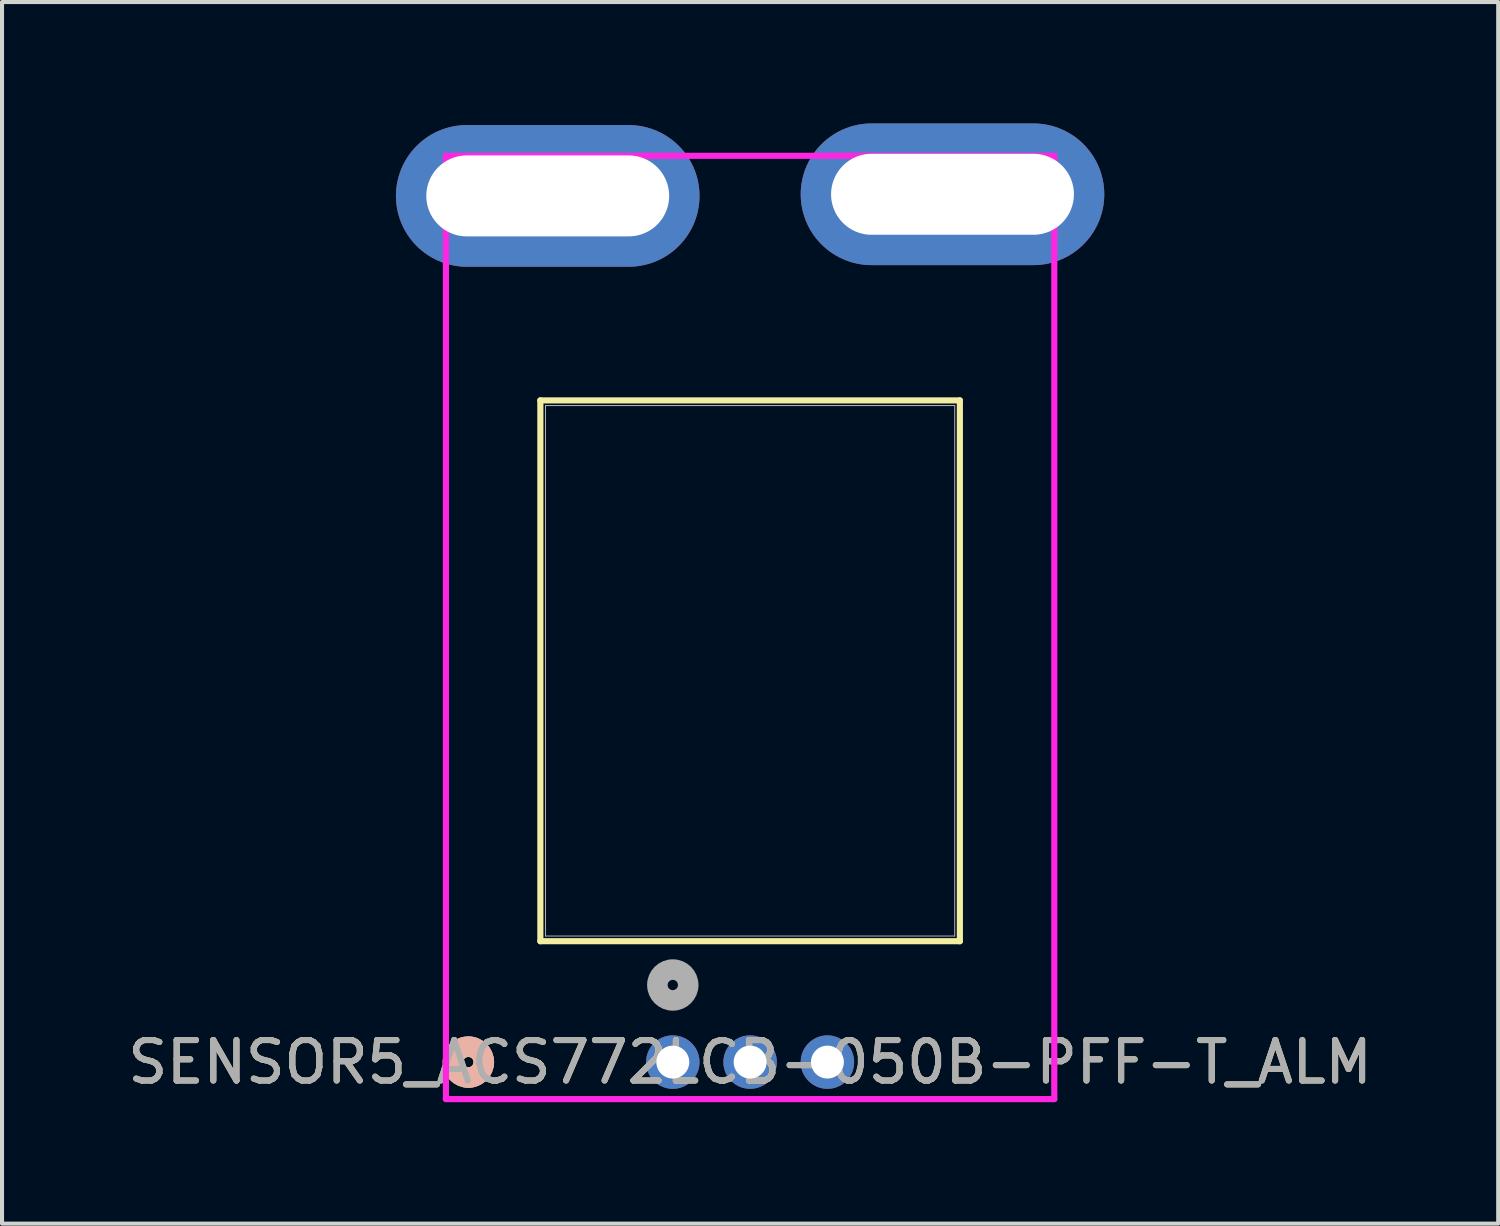
<source format=kicad_pcb>
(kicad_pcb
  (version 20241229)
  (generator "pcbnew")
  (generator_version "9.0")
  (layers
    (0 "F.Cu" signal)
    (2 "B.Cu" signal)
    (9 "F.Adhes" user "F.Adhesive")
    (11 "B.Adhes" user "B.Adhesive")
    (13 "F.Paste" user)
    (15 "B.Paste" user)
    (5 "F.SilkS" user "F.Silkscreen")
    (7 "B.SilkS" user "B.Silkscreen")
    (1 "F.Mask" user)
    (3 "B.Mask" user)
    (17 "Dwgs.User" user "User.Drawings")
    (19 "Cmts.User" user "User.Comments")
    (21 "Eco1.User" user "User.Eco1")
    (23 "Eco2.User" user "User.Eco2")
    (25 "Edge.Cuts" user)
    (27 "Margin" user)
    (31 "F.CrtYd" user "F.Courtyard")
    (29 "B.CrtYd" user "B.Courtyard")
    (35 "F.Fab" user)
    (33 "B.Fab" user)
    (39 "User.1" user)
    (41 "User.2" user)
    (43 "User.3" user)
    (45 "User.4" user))
  (footprint "SENSOR5_ACS772LCB-050B-PFF-T_ALM"
    (layer "F.Cu")
    (at 13.572 23.19)
    (property "Reference" "SENSOR5_ACS772LCB-050B-PFF-T_ALM" (at 1.91 0 0) (unlocked yes) (layer "F.SilkS") (effects (font (size 1 1) (thickness 0.15))))
    (attr through_hole)
    (fp_line (start -3.272 -16.348) (end -3.272 -2.987) (stroke (width 0.152) (type solid)) (layer "F.SilkS"))
    (fp_line (start -3.272 -2.987) (end 7.092 -2.987) (stroke (width 0.152) (type solid)) (layer "F.SilkS"))
    (fp_line (start 7.092 -16.348) (end -3.272 -16.348) (stroke (width 0.152) (type solid)) (layer "F.SilkS"))
    (fp_line (start 7.092 -2.987) (end 7.092 -16.348) (stroke (width 0.152) (type solid)) (layer "F.SilkS"))
    (fp_circle (center -5.05 0) (end -4.669 0) (stroke (width 0.508) (type solid)) (fill no) (layer "F.SilkS"))
    (fp_circle (center -5.05 0) (end -4.669 0) (stroke (width 0.508) (type solid)) (fill no) (layer "B.SilkS"))
    (fp_line (start -4.601 -21.4) (end -1.579 -21.4) (stroke (width 0.991) (type solid)) (layer "Edge.Cuts"))
    (fp_line (start 5.399 -21.4) (end 8.421 -21.4) (stroke (width 0.991) (type solid)) (layer "Edge.Cuts"))
    (fp_line (start -5.605 -22.391) (end -5.605 0.914) (stroke (width 0.152) (type solid)) (layer "F.CrtYd"))
    (fp_line (start -5.605 0.914) (end 9.425 0.914) (stroke (width 0.152) (type solid)) (layer "F.CrtYd"))
    (fp_line (start 9.425 -22.391) (end -5.605 -22.391) (stroke (width 0.152) (type solid)) (layer "F.CrtYd"))
    (fp_line (start 9.425 0.914) (end 9.425 -22.391) (stroke (width 0.152) (type solid)) (layer "F.CrtYd"))
    (fp_line (start -3.145 -16.221) (end -3.145 -3.114) (stroke (width 0.025) (type solid)) (layer "F.Fab"))
    (fp_line (start -3.145 -3.114) (end 6.965 -3.114) (stroke (width 0.025) (type solid)) (layer "F.Fab"))
    (fp_line (start 6.965 -16.221) (end -3.145 -16.221) (stroke (width 0.025) (type solid)) (layer "F.Fab"))
    (fp_line (start 6.965 -3.114) (end 6.965 -16.221) (stroke (width 0.025) (type solid)) (layer "F.Fab"))
    (fp_circle (center 0 -1.905) (end 0.381 -1.905) (stroke (width 0.508) (type solid)) (fill no) (layer "F.Fab"))
    (fp_text user "${REFERENCE}" (at 1.91 0 0) (unlocked yes) (layer "F.Fab") (effects (font (size 1 1) (thickness 0.15))))
    (pad "" np_thru_hole circle (at -4.601 -21.4) (size 0.991 0.991) (drill 0.991) (layers "*.Cu" "*.Mask"))
    (pad "" np_thru_hole circle (at -1.579 -21.4) (size 0.991 0.991) (drill 0.991) (layers "*.Cu" "*.Mask"))
    (pad "" np_thru_hole circle (at 5.399 -21.4) (size 0.991 0.991) (drill 0.991) (layers "*.Cu" "*.Mask"))
    (pad "" np_thru_hole circle (at 8.421 -21.4) (size 0.991 0.991) (drill 0.991) (layers "*.Cu" "*.Mask"))
    (pad "1" thru_hole circle (at -0.000001 0) (size 1.321 1.321) (drill 0.813) (layers "*.Cu" "*.Mask"))
    (pad "2" thru_hole circle (at 1.91 0) (size 1.321 1.321) (drill 0.813) (layers "*.Cu" "*.Mask"))
    (pad "3" thru_hole circle (at 3.82 0) (size 1.321 1.321) (drill 0.813) (layers "*.Cu" "*.Mask"))
    (pad "4" thru_hole oval (at -3.09 -21.4) (size 7.5 3.5) (drill oval 6 2) (layers "*.Cu" "*.Mask"))
    (pad "5" thru_hole oval (at 6.91 -21.44) (size 7.5 3.5) (drill oval 6 2) (layers "*.Cu" "*.Mask")))
  (gr_rect
    (start -3 -3)
    (end 33.964 27.181)
    (stroke (width 0.1) (type default))
    (fill no)
    (layer "Edge.Cuts")))
</source>
